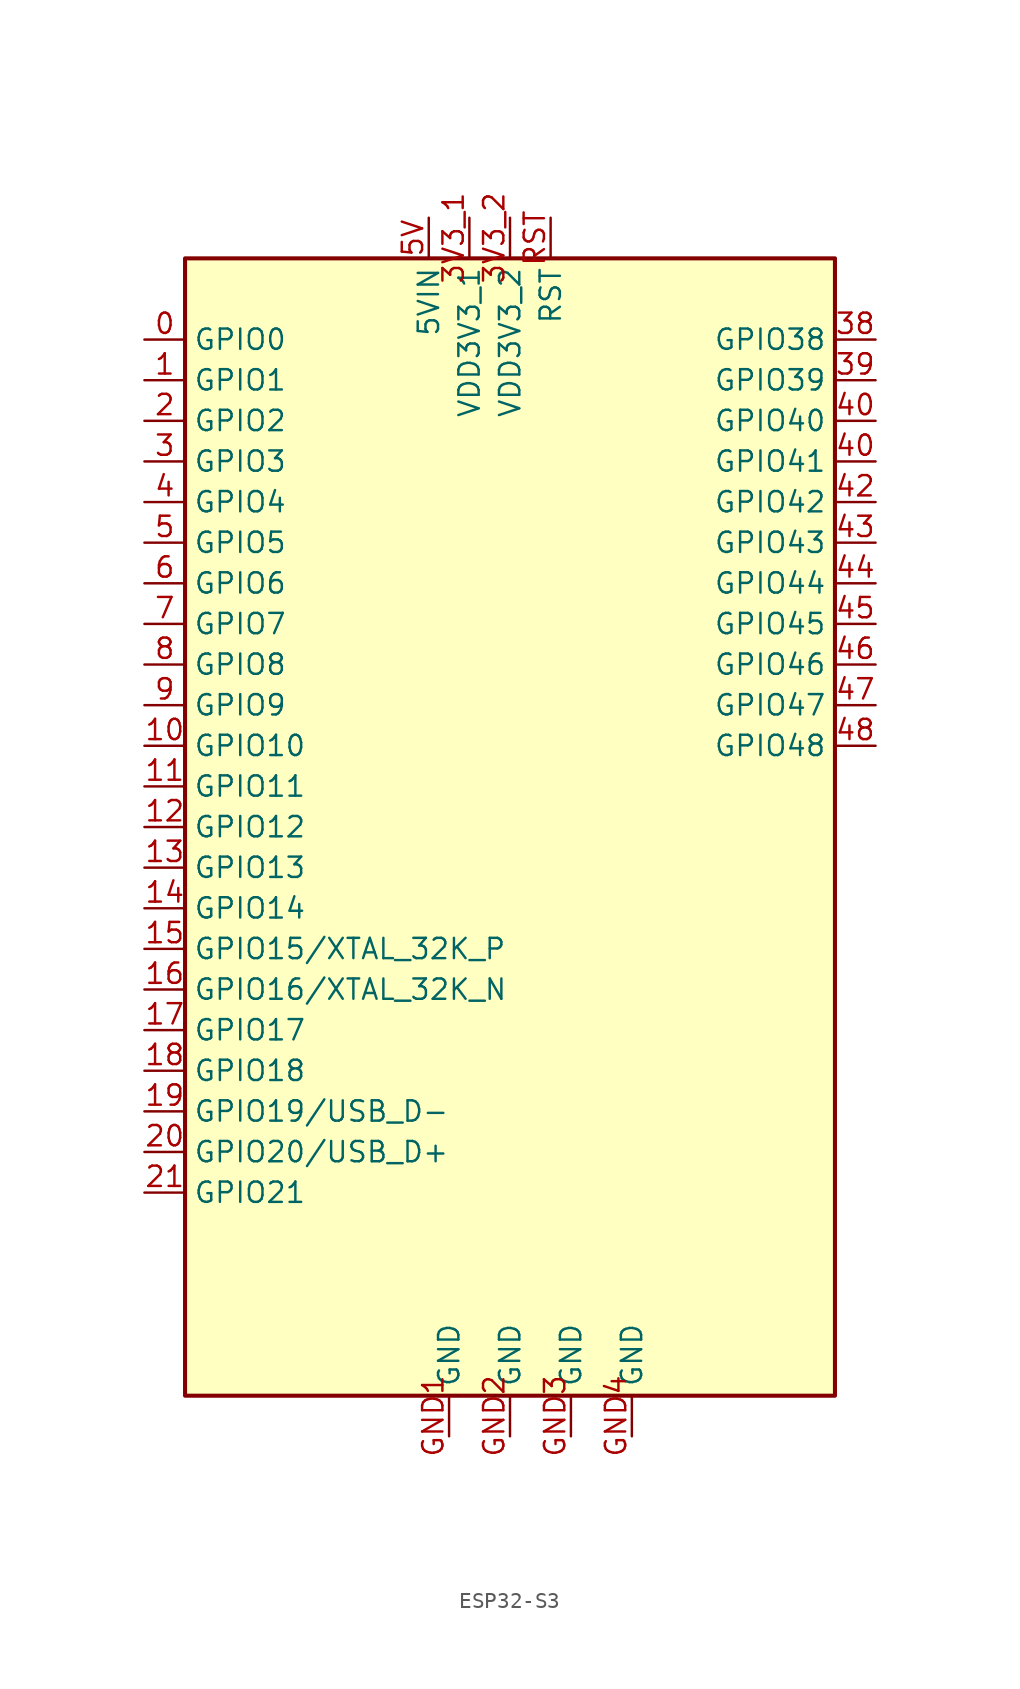
<source format=kicad_sym>
(kicad_symbol_lib
  (version 20241209)
  (generator "kicad_symbol_editor")
  (generator_version "9.0")
  (symbol "ESP32-S3"
    (property "Reference" "U"
      (at -0.762 1.016 0)
      (effects (font (size 1.27 1.27)) (hide yes)))
    (symbol "ESP32-S3_0_1"
      (rectangle (start -20.32 35.56) (end 20.32 -35.56) (stroke (width 0.254) (type default)) (fill (type background))))
    (symbol "ESP32-S3_1_0"
      (pin bidirectional line (at 22.86 12.7 180) (length 2.54) (name "GPIO45" (effects (font (size 1.27 1.27)))) (number "45" (effects (font (size 1.27 1.27))))))
    (symbol "ESP32-S3_1_1"
      (pin bidirectional line (at -22.86 30.48 0) (length 2.54) (name "GPIO0" (effects (font (size 1.27 1.27)))) (number "0" (effects (font (size 1.27 1.27)))))
      (pin bidirectional line (at -22.86 27.94 0) (length 2.54) (name "GPIO1" (effects (font (size 1.27 1.27)))) (number "1" (effects (font (size 1.27 1.27)))))
      (pin bidirectional line (at -22.86 25.4 0) (length 2.54) (name "GPIO2" (effects (font (size 1.27 1.27)))) (number "2" (effects (font (size 1.27 1.27)))))
      (pin bidirectional line (at -22.86 22.86 0) (length 2.54) (name "GPIO3" (effects (font (size 1.27 1.27)))) (number "3" (effects (font (size 1.27 1.27)))))
      (pin bidirectional line (at -22.86 20.32 0) (length 2.54) (name "GPIO4" (effects (font (size 1.27 1.27)))) (number "4" (effects (font (size 1.27 1.27)))))
      (pin bidirectional line (at -22.86 17.78 0) (length 2.54) (name "GPIO5" (effects (font (size 1.27 1.27)))) (number "5" (effects (font (size 1.27 1.27)))))
      (pin bidirectional line (at -22.86 15.24 0) (length 2.54) (name "GPIO6" (effects (font (size 1.27 1.27)))) (number "6" (effects (font (size 1.27 1.27)))))
      (pin bidirectional line (at -22.86 12.7 0) (length 2.54) (name "GPIO7" (effects (font (size 1.27 1.27)))) (number "7" (effects (font (size 1.27 1.27)))))
      (pin bidirectional line (at -22.86 10.16 0) (length 2.54) (name "GPIO8" (effects (font (size 1.27 1.27)))) (number "8" (effects (font (size 1.27 1.27)))))
      (pin bidirectional line (at -22.86 7.62 0) (length 2.54) (name "GPIO9" (effects (font (size 1.27 1.27)))) (number "9" (effects (font (size 1.27 1.27)))))
      (pin bidirectional line (at -22.86 5.08 0) (length 2.54) (name "GPIO10" (effects (font (size 1.27 1.27)))) (number "10" (effects (font (size 1.27 1.27)))))
      (pin bidirectional line (at -22.86 2.54 0) (length 2.54) (name "GPIO11" (effects (font (size 1.27 1.27)))) (number "11" (effects (font (size 1.27 1.27)))))
      (pin bidirectional line (at -22.86 0 0) (length 2.54) (name "GPIO12" (effects (font (size 1.27 1.27)))) (number "12" (effects (font (size 1.27 1.27)))))
      (pin bidirectional line (at -22.86 -2.54 0) (length 2.54) (name "GPIO13" (effects (font (size 1.27 1.27)))) (number "13" (effects (font (size 1.27 1.27)))))
      (pin bidirectional line (at -22.86 -5.08 0) (length 2.54) (name "GPIO14" (effects (font (size 1.27 1.27)))) (number "14" (effects (font (size 1.27 1.27)))))
      (pin bidirectional line (at -22.86 -7.62 0) (length 2.54) (name "GPIO15/XTAL_32K_P" (effects (font (size 1.27 1.27)))) (number "15" (effects (font (size 1.27 1.27)))))
      (pin bidirectional line (at -22.86 -10.16 0) (length 2.54) (name "GPIO16/XTAL_32K_N" (effects (font (size 1.27 1.27)))) (number "16" (effects (font (size 1.27 1.27)))))
      (pin bidirectional line (at -22.86 -12.7 0) (length 2.54) (name "GPIO17" (effects (font (size 1.27 1.27)))) (number "17" (effects (font (size 1.27 1.27)))))
      (pin bidirectional line (at -22.86 -15.24 0) (length 2.54) (name "GPIO18" (effects (font (size 1.27 1.27)))) (number "18" (effects (font (size 1.27 1.27)))))
      (pin bidirectional line (at -22.86 -17.78 0) (length 2.54) (name "GPIO19/USB_D-" (effects (font (size 1.27 1.27)))) (number "19" (effects (font (size 1.27 1.27)))))
      (pin bidirectional line (at -22.86 -20.32 0) (length 2.54) (name "GPIO20/USB_D+" (effects (font (size 1.27 1.27)))) (number "20" (effects (font (size 1.27 1.27)))))
      (pin bidirectional line (at -22.86 -22.86 0) (length 2.54) (name "GPIO21" (effects (font (size 1.27 1.27)))) (number "21" (effects (font (size 1.27 1.27)))))
      (pin power_in line (at -5.08 38.1 270) (length 2.54) (name "5VIN" (effects (font (size 1.27 1.27)))) (number "5V" (effects (font (size 1.27 1.27)))))
      (pin power_in line (at -3.81 -38.1 90) (length 2.54) (name "GND" (effects (font (size 1.27 1.27)))) (number "GND1" (effects (font (size 1.27 1.27)))))
      (pin power_in line (at -2.54 38.1 270) (length 2.54) (name "VDD3V3_1" (effects (font (size 1.27 1.27)))) (number "3V3_1" (effects (font (size 1.27 1.27)))))
      (pin power_in line (at 0 38.1 270) (length 2.54) (name "VDD3V3_2" (effects (font (size 1.27 1.27)))) (number "3V3_2" (effects (font (size 1.27 1.27)))))
      (pin power_in line (at 0 -38.1 90) (length 2.54) (name "GND" (effects (font (size 1.27 1.27)))) (number "GND2" (effects (font (size 1.27 1.27)))))
      (pin power_in line (at 2.54 38.1 270) (length 2.54) (name "RST" (effects (font (size 1.27 1.27)))) (number "RST" (effects (font (size 1.27 1.27)))))
      (pin power_in line (at 3.81 -38.1 90) (length 2.54) (name "GND" (effects (font (size 1.27 1.27)))) (number "GND3" (effects (font (size 1.27 1.27)))))
      (pin power_in line (at 7.62 -38.1 90) (length 2.54) (name "GND" (effects (font (size 1.27 1.27)))) (number "GND4" (effects (font (size 1.27 1.27)))))
      (pin bidirectional line (at 22.86 30.48 180) (length 2.54) (name "GPIO38" (effects (font (size 1.27 1.27)))) (number "38" (effects (font (size 1.27 1.27)))))
      (pin bidirectional line (at 22.86 27.94 180) (length 2.54) (name "GPIO39" (effects (font (size 1.27 1.27)))) (number "39" (effects (font (size 1.27 1.27)))))
      (pin bidirectional line (at 22.86 25.4 180) (length 2.54) (name "GPIO40" (effects (font (size 1.27 1.27)))) (number "40" (effects (font (size 1.27 1.27)))))
      (pin bidirectional line (at 22.86 22.86 180) (length 2.54) (name "GPIO41" (effects (font (size 1.27 1.27)))) (number "40" (effects (font (size 1.27 1.27)))))
      (pin bidirectional line (at 22.86 20.32 180) (length 2.54) (name "GPIO42" (effects (font (size 1.27 1.27)))) (number "42" (effects (font (size 1.27 1.27)))))
      (pin bidirectional line (at 22.86 17.78 180) (length 2.54) (name "GPIO43" (effects (font (size 1.27 1.27)))) (number "43" (effects (font (size 1.27 1.27)))))
      (pin bidirectional line (at 22.86 15.24 180) (length 2.54) (name "GPIO44" (effects (font (size 1.27 1.27)))) (number "44" (effects (font (size 1.27 1.27)))))
      (pin bidirectional line (at 22.86 10.16 180) (length 2.54) (name "GPIO46" (effects (font (size 1.27 1.27)))) (number "46" (effects (font (size 1.27 1.27)))))
      (pin bidirectional line (at 22.86 7.62 180) (length 2.54) (name "GPIO47" (effects (font (size 1.27 1.27)))) (number "47" (effects (font (size 1.27 1.27)))))
      (pin bidirectional line (at 22.86 5.08 180) (length 2.54) (name "GPIO48" (effects (font (size 1.27 1.27)))) (number "48" (effects (font (size 1.27 1.27))))))))
</source>
